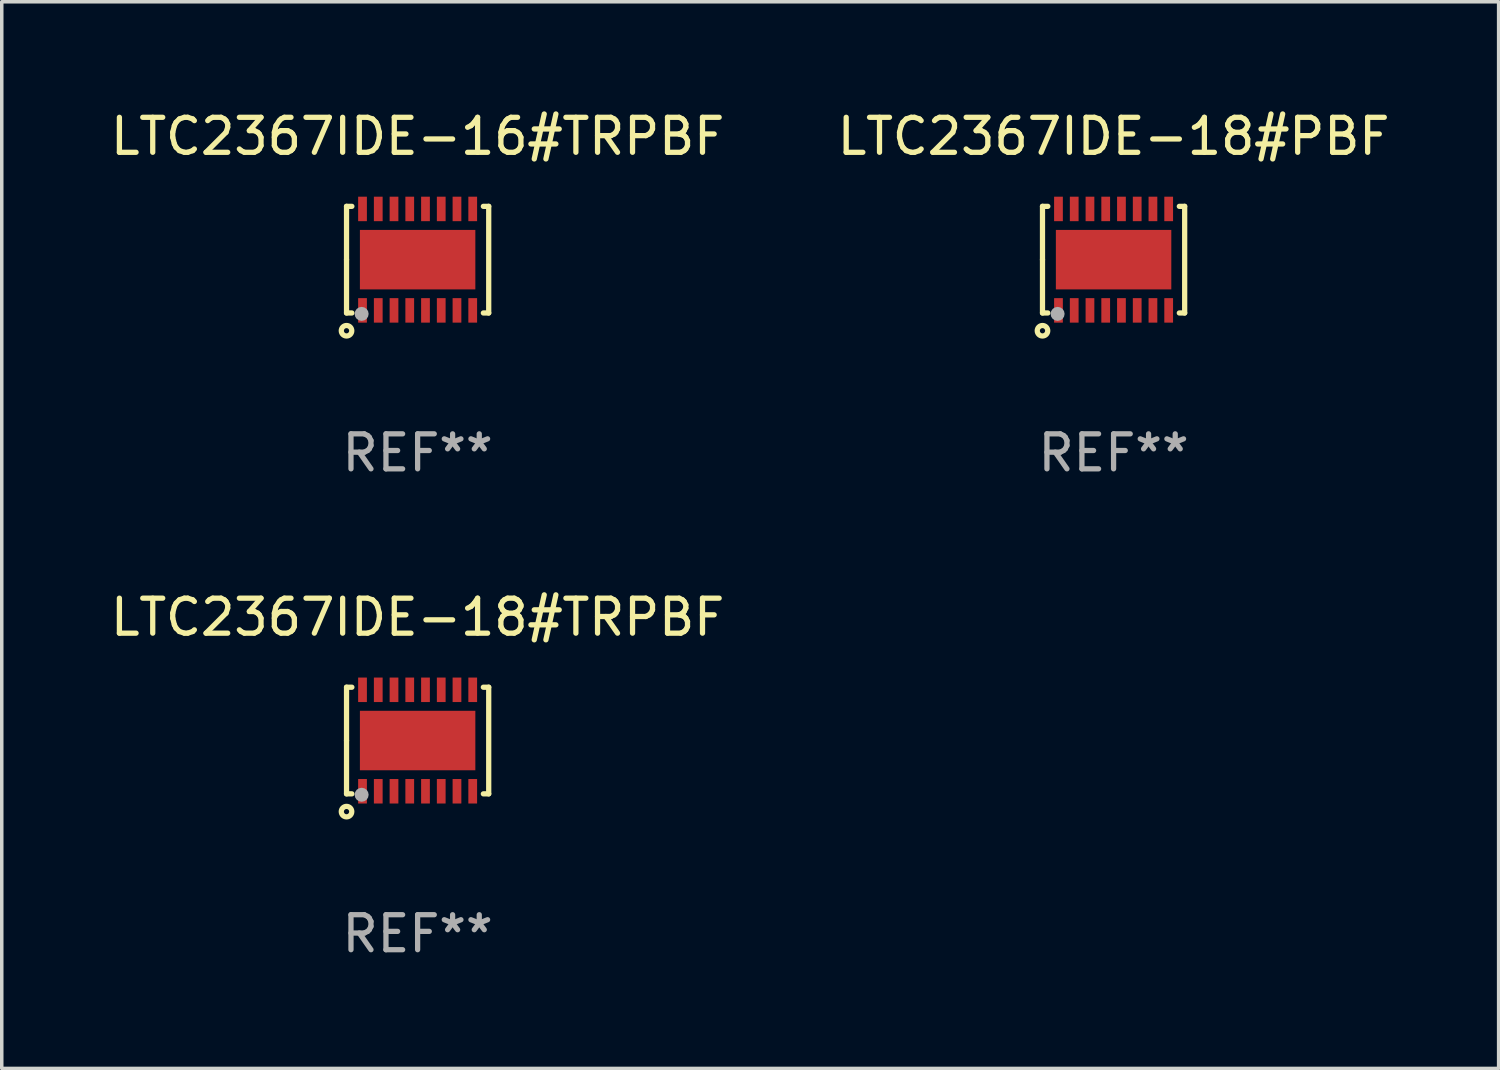
<source format=kicad_pcb>
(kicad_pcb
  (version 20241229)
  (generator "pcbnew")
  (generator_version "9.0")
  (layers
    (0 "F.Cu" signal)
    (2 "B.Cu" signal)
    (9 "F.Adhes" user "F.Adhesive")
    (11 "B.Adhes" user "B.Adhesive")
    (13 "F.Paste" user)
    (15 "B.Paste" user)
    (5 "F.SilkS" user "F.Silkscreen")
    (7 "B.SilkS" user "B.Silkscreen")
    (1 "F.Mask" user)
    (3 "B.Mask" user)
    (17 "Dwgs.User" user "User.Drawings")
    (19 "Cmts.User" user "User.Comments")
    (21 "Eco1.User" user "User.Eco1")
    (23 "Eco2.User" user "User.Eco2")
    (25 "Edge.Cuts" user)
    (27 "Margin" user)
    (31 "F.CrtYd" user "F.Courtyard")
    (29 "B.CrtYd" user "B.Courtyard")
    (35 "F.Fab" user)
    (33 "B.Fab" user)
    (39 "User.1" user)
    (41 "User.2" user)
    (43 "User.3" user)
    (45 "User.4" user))
  (footprint "LTC2367IDE-18#PBF"
    (layer "F.Cu")
    (at 28.78 4.372)
    (property "Reference" "LTC2367IDE-18#PBF" (at 0 -3.524 0) (layer "F.SilkS") (effects (font (size 1 1) (thickness 0.15))))
    (attr through_hole)
    (fp_line (start -2.032 -1.524) (end -1.879 -1.524) (stroke (width 0.15) (type solid)) (layer "F.SilkS"))
    (fp_line (start -2.032 0) (end -2.032 -1.524) (stroke (width 0.15) (type solid)) (layer "F.SilkS"))
    (fp_line (start -2.032 1.524) (end -2.032 0) (stroke (width 0.15) (type solid)) (layer "F.SilkS"))
    (fp_line (start -1.879 1.524) (end -2.032 1.524) (stroke (width 0.15) (type solid)) (layer "F.SilkS"))
    (fp_line (start 1.879 -1.524) (end 2.032 -1.524) (stroke (width 0.15) (type solid)) (layer "F.SilkS"))
    (fp_line (start 2.032 -1.524) (end 2.032 1.524) (stroke (width 0.15) (type solid)) (layer "F.SilkS"))
    (fp_line (start 2.032 1.524) (end 1.879 1.524) (stroke (width 0.15) (type solid)) (layer "F.SilkS"))
    (fp_circle (center -2.032 2.032) (end -1.882 2.032) (stroke (width 0.15) (type solid)) (fill no) (layer "F.SilkS"))
    (fp_circle (center -2 1.5) (end -1.97 1.5) (stroke (width 0.06) (type solid)) (fill no) (layer "F.SilkS"))
    (fp_circle (center -1.6 1.55) (end -1.5 1.55) (stroke (width 0.2) (type solid)) (fill no) (layer "F.Fab"))
    (fp_text user "REF**" (at 0 5.524 0) (layer "F.Fab") (effects (font (size 1 1) (thickness 0.15))))
    (pad "1" smd rect (at -1.575 1.45 90) (size 0.7 0.25) (layers "F.Cu" "F.Mask" "F.Paste"))
    (pad "2" smd rect (at -1.125 1.45 90) (size 0.7 0.25) (layers "F.Cu" "F.Mask" "F.Paste"))
    (pad "3" smd rect (at -0.675 1.45 90) (size 0.7 0.25) (layers "F.Cu" "F.Mask" "F.Paste"))
    (pad "4" smd rect (at -0.225 1.45 90) (size 0.7 0.25) (layers "F.Cu" "F.Mask" "F.Paste"))
    (pad "5" smd rect (at 0.225 1.45 90) (size 0.7 0.25) (layers "F.Cu" "F.Mask" "F.Paste"))
    (pad "6" smd rect (at 0.675 1.45 90) (size 0.7 0.25) (layers "F.Cu" "F.Mask" "F.Paste"))
    (pad "7" smd rect (at 1.125 1.45 90) (size 0.7 0.25) (layers "F.Cu" "F.Mask" "F.Paste"))
    (pad "8" smd rect (at 1.575 1.45 90) (size 0.7 0.25) (layers "F.Cu" "F.Mask" "F.Paste"))
    (pad "9" smd rect (at 1.575 -1.45 90) (size 0.7 0.25) (layers "F.Cu" "F.Mask" "F.Paste"))
    (pad "10" smd rect (at 1.125 -1.45 90) (size 0.7 0.25) (layers "F.Cu" "F.Mask" "F.Paste"))
    (pad "11" smd rect (at 0.675 -1.45 90) (size 0.7 0.25) (layers "F.Cu" "F.Mask" "F.Paste"))
    (pad "12" smd rect (at 0.225 -1.45 90) (size 0.7 0.25) (layers "F.Cu" "F.Mask" "F.Paste"))
    (pad "13" smd rect (at -0.225 -1.45 90) (size 0.7 0.25) (layers "F.Cu" "F.Mask" "F.Paste"))
    (pad "14" smd rect (at -0.675 -1.45 90) (size 0.7 0.25) (layers "F.Cu" "F.Mask" "F.Paste"))
    (pad "15" smd rect (at -1.125 -1.45 90) (size 0.7 0.25) (layers "F.Cu" "F.Mask" "F.Paste"))
    (pad "16" smd rect (at -1.575 -1.45 90) (size 0.7 0.25) (layers "F.Cu" "F.Mask" "F.Paste"))
    (pad "17" smd rect (at 0.000127 0 90) (size 1.7 3.3) (layers "F.Cu" "F.Mask" "F.Paste")))
  (footprint "LTC2367IDE-18#TRPBF"
    (layer "F.Cu")
    (at 8.887 18.117)
    (property "Reference" "LTC2367IDE-18#TRPBF" (at 0 -3.524 0) (layer "F.SilkS") (effects (font (size 1 1) (thickness 0.15))))
    (attr through_hole)
    (fp_line (start -2.032 -1.524) (end -1.879 -1.524) (stroke (width 0.15) (type solid)) (layer "F.SilkS"))
    (fp_line (start -2.032 0) (end -2.032 -1.524) (stroke (width 0.15) (type solid)) (layer "F.SilkS"))
    (fp_line (start -2.032 1.524) (end -2.032 0) (stroke (width 0.15) (type solid)) (layer "F.SilkS"))
    (fp_line (start -1.879 1.524) (end -2.032 1.524) (stroke (width 0.15) (type solid)) (layer "F.SilkS"))
    (fp_line (start 1.879 -1.524) (end 2.032 -1.524) (stroke (width 0.15) (type solid)) (layer "F.SilkS"))
    (fp_line (start 2.032 -1.524) (end 2.032 1.524) (stroke (width 0.15) (type solid)) (layer "F.SilkS"))
    (fp_line (start 2.032 1.524) (end 1.879 1.524) (stroke (width 0.15) (type solid)) (layer "F.SilkS"))
    (fp_circle (center -2.032 2.032) (end -1.882 2.032) (stroke (width 0.15) (type solid)) (fill no) (layer "F.SilkS"))
    (fp_circle (center -2 1.5) (end -1.97 1.5) (stroke (width 0.06) (type solid)) (fill no) (layer "F.SilkS"))
    (fp_circle (center -1.6 1.55) (end -1.5 1.55) (stroke (width 0.2) (type solid)) (fill no) (layer "F.Fab"))
    (fp_text user "REF**" (at 0 5.524 0) (layer "F.Fab") (effects (font (size 1 1) (thickness 0.15))))
    (pad "1" smd rect (at -1.575 1.45 90) (size 0.7 0.25) (layers "F.Cu" "F.Mask" "F.Paste"))
    (pad "2" smd rect (at -1.125 1.45 90) (size 0.7 0.25) (layers "F.Cu" "F.Mask" "F.Paste"))
    (pad "3" smd rect (at -0.675 1.45 90) (size 0.7 0.25) (layers "F.Cu" "F.Mask" "F.Paste"))
    (pad "4" smd rect (at -0.225 1.45 90) (size 0.7 0.25) (layers "F.Cu" "F.Mask" "F.Paste"))
    (pad "5" smd rect (at 0.225 1.45 90) (size 0.7 0.25) (layers "F.Cu" "F.Mask" "F.Paste"))
    (pad "6" smd rect (at 0.675 1.45 90) (size 0.7 0.25) (layers "F.Cu" "F.Mask" "F.Paste"))
    (pad "7" smd rect (at 1.125 1.45 90) (size 0.7 0.25) (layers "F.Cu" "F.Mask" "F.Paste"))
    (pad "8" smd rect (at 1.575 1.45 90) (size 0.7 0.25) (layers "F.Cu" "F.Mask" "F.Paste"))
    (pad "9" smd rect (at 1.575 -1.45 90) (size 0.7 0.25) (layers "F.Cu" "F.Mask" "F.Paste"))
    (pad "10" smd rect (at 1.125 -1.45 90) (size 0.7 0.25) (layers "F.Cu" "F.Mask" "F.Paste"))
    (pad "11" smd rect (at 0.675 -1.45 90) (size 0.7 0.25) (layers "F.Cu" "F.Mask" "F.Paste"))
    (pad "12" smd rect (at 0.225 -1.45 90) (size 0.7 0.25) (layers "F.Cu" "F.Mask" "F.Paste"))
    (pad "13" smd rect (at -0.225 -1.45 90) (size 0.7 0.25) (layers "F.Cu" "F.Mask" "F.Paste"))
    (pad "14" smd rect (at -0.675 -1.45 90) (size 0.7 0.25) (layers "F.Cu" "F.Mask" "F.Paste"))
    (pad "15" smd rect (at -1.125 -1.45 90) (size 0.7 0.25) (layers "F.Cu" "F.Mask" "F.Paste"))
    (pad "16" smd rect (at -1.575 -1.45 90) (size 0.7 0.25) (layers "F.Cu" "F.Mask" "F.Paste"))
    (pad "17" smd rect (at 0.000127 0 90) (size 1.7 3.3) (layers "F.Cu" "F.Mask" "F.Paste")))
  (footprint "LTC2367IDE-16#TRPBF"
    (layer "F.Cu")
    (at 8.887 4.372)
    (property "Reference" "LTC2367IDE-16#TRPBF" (at 0 -3.524 0) (layer "F.SilkS") (effects (font (size 1 1) (thickness 0.15))))
    (attr through_hole)
    (fp_line (start -2.032 -1.524) (end -1.879 -1.524) (stroke (width 0.15) (type solid)) (layer "F.SilkS"))
    (fp_line (start -2.032 0) (end -2.032 -1.524) (stroke (width 0.15) (type solid)) (layer "F.SilkS"))
    (fp_line (start -2.032 1.524) (end -2.032 0) (stroke (width 0.15) (type solid)) (layer "F.SilkS"))
    (fp_line (start -1.879 1.524) (end -2.032 1.524) (stroke (width 0.15) (type solid)) (layer "F.SilkS"))
    (fp_line (start 1.879 -1.524) (end 2.032 -1.524) (stroke (width 0.15) (type solid)) (layer "F.SilkS"))
    (fp_line (start 2.032 -1.524) (end 2.032 1.524) (stroke (width 0.15) (type solid)) (layer "F.SilkS"))
    (fp_line (start 2.032 1.524) (end 1.879 1.524) (stroke (width 0.15) (type solid)) (layer "F.SilkS"))
    (fp_circle (center -2.032 2.032) (end -1.882 2.032) (stroke (width 0.15) (type solid)) (fill no) (layer "F.SilkS"))
    (fp_circle (center -2 1.5) (end -1.97 1.5) (stroke (width 0.06) (type solid)) (fill no) (layer "F.SilkS"))
    (fp_circle (center -1.6 1.55) (end -1.5 1.55) (stroke (width 0.2) (type solid)) (fill no) (layer "F.Fab"))
    (fp_text user "REF**" (at 0 5.524 0) (layer "F.Fab") (effects (font (size 1 1) (thickness 0.15))))
    (pad "1" smd rect (at -1.575 1.45 90) (size 0.7 0.25) (layers "F.Cu" "F.Mask" "F.Paste"))
    (pad "2" smd rect (at -1.125 1.45 90) (size 0.7 0.25) (layers "F.Cu" "F.Mask" "F.Paste"))
    (pad "3" smd rect (at -0.675 1.45 90) (size 0.7 0.25) (layers "F.Cu" "F.Mask" "F.Paste"))
    (pad "4" smd rect (at -0.225 1.45 90) (size 0.7 0.25) (layers "F.Cu" "F.Mask" "F.Paste"))
    (pad "5" smd rect (at 0.225 1.45 90) (size 0.7 0.25) (layers "F.Cu" "F.Mask" "F.Paste"))
    (pad "6" smd rect (at 0.675 1.45 90) (size 0.7 0.25) (layers "F.Cu" "F.Mask" "F.Paste"))
    (pad "7" smd rect (at 1.125 1.45 90) (size 0.7 0.25) (layers "F.Cu" "F.Mask" "F.Paste"))
    (pad "8" smd rect (at 1.575 1.45 90) (size 0.7 0.25) (layers "F.Cu" "F.Mask" "F.Paste"))
    (pad "9" smd rect (at 1.575 -1.45 90) (size 0.7 0.25) (layers "F.Cu" "F.Mask" "F.Paste"))
    (pad "10" smd rect (at 1.125 -1.45 90) (size 0.7 0.25) (layers "F.Cu" "F.Mask" "F.Paste"))
    (pad "11" smd rect (at 0.675 -1.45 90) (size 0.7 0.25) (layers "F.Cu" "F.Mask" "F.Paste"))
    (pad "12" smd rect (at 0.225 -1.45 90) (size 0.7 0.25) (layers "F.Cu" "F.Mask" "F.Paste"))
    (pad "13" smd rect (at -0.225 -1.45 90) (size 0.7 0.25) (layers "F.Cu" "F.Mask" "F.Paste"))
    (pad "14" smd rect (at -0.675 -1.45 90) (size 0.7 0.25) (layers "F.Cu" "F.Mask" "F.Paste"))
    (pad "15" smd rect (at -1.125 -1.45 90) (size 0.7 0.25) (layers "F.Cu" "F.Mask" "F.Paste"))
    (pad "16" smd rect (at -1.575 -1.45 90) (size 0.7 0.25) (layers "F.Cu" "F.Mask" "F.Paste"))
    (pad "17" smd rect (at 0.000127 0 90) (size 1.7 3.3) (layers "F.Cu" "F.Mask" "F.Paste")))
  (gr_rect
    (start -3 -3)
    (end 39.786 27.489)
    (stroke (width 0.1) (type default))
    (fill no)
    (layer "Edge.Cuts")))
</source>
